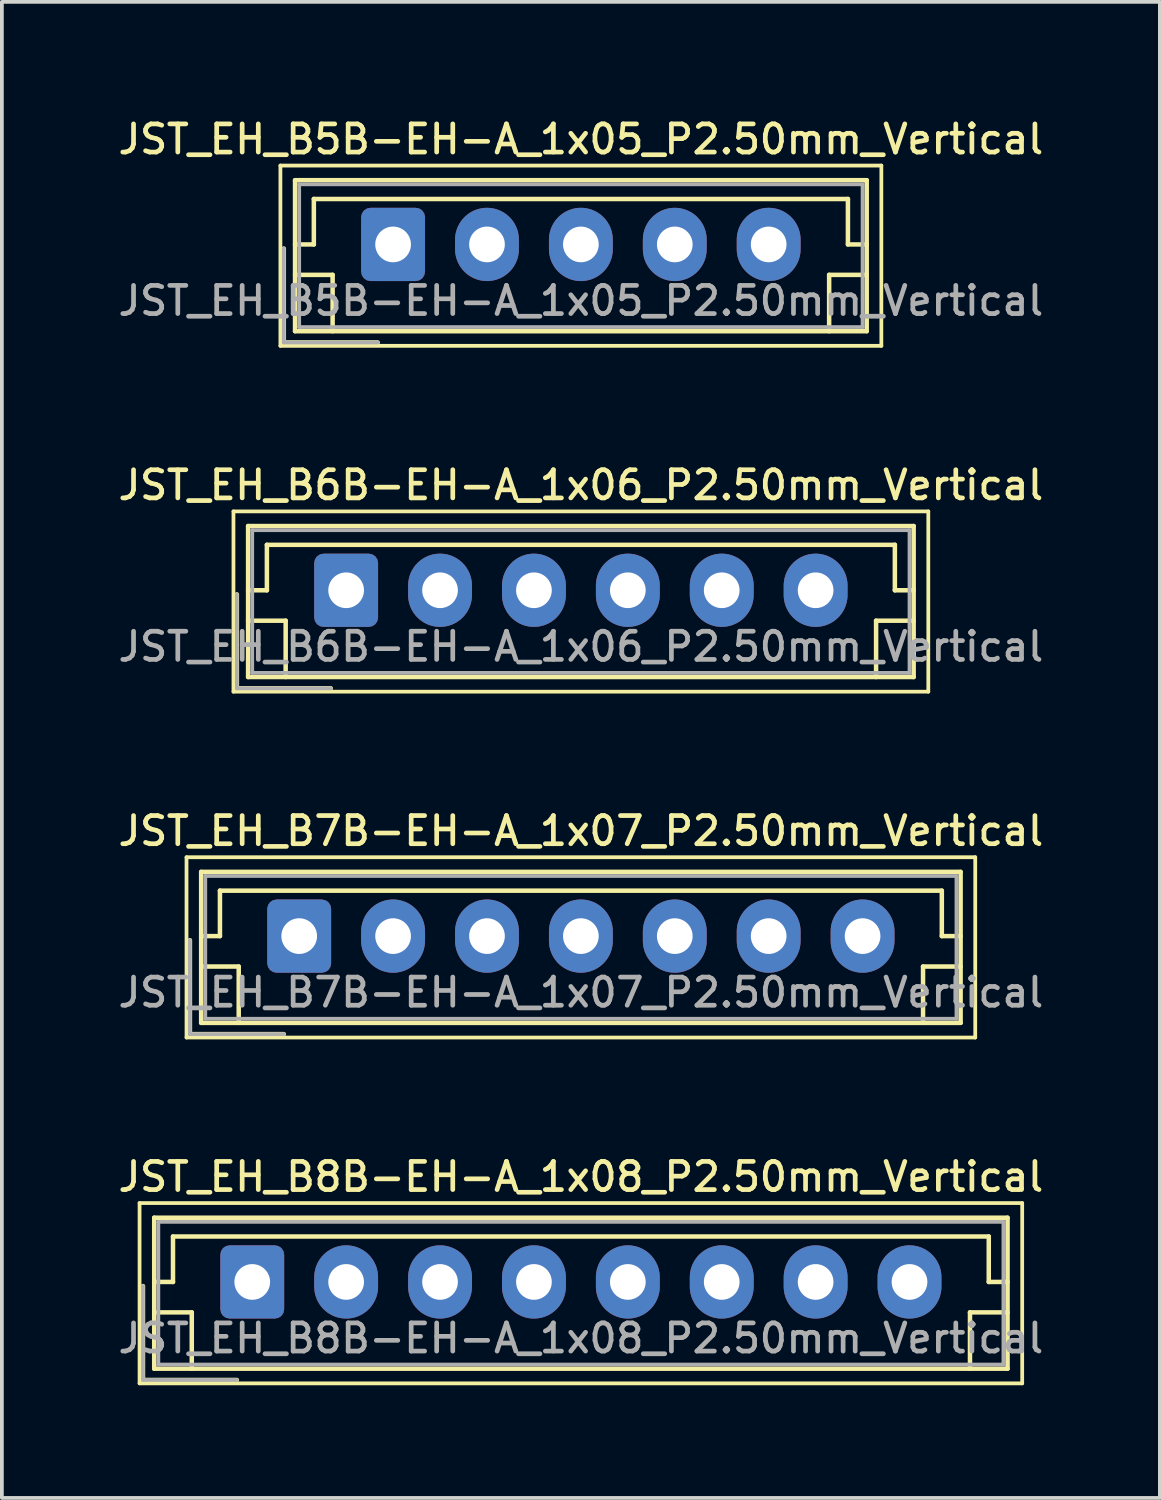
<source format=kicad_pcb>
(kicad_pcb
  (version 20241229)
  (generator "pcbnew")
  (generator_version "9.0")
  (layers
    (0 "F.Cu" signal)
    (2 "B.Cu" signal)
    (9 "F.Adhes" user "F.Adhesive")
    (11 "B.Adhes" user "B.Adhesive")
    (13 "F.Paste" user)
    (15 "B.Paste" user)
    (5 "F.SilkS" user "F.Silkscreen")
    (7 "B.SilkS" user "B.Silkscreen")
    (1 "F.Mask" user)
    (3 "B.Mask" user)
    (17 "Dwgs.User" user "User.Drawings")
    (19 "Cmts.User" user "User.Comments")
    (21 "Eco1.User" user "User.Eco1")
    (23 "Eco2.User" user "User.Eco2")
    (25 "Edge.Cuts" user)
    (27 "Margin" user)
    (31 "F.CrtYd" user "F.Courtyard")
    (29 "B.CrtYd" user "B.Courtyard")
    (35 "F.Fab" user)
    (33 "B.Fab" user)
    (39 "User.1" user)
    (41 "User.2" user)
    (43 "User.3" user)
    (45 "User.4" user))
  (footprint "JST_EH_B8B-EH-A_1x08_P2.50mm_Vertical"
    (layer "F.Cu")
    (at 3.666 31.082)
    (property "Reference" "JST_EH_B8B-EH-A_1x08_P2.50mm_Vertical" (at 8.75 -2.8 0) (layer "F.SilkS") (effects (font (size 0.75 0.75) (thickness 0.125))))
    (attr through_hole)
    (fp_line (start -3 -2.1) (end -3 2.7) (stroke (width 0.1) (type solid)) (layer "F.SilkS"))
    (fp_line (start -3 2.7) (end 20.5 2.7) (stroke (width 0.1) (type solid)) (layer "F.SilkS"))
    (fp_line (start -2.91 0.11) (end -2.91 2.61) (stroke (width 0.12) (type solid)) (layer "F.SilkS"))
    (fp_line (start -2.91 2.61) (end -0.41 2.61) (stroke (width 0.12) (type solid)) (layer "F.SilkS"))
    (fp_line (start -2.61 -1.71) (end -2.61 2.31) (stroke (width 0.12) (type solid)) (layer "F.SilkS"))
    (fp_line (start -2.61 0) (end -2.11 0) (stroke (width 0.12) (type solid)) (layer "F.SilkS"))
    (fp_line (start -2.61 0.81) (end -1.61 0.81) (stroke (width 0.12) (type solid)) (layer "F.SilkS"))
    (fp_line (start -2.61 2.31) (end 20.11 2.31) (stroke (width 0.12) (type solid)) (layer "F.SilkS"))
    (fp_line (start -2.11 -1.21) (end 19.61 -1.21) (stroke (width 0.12) (type solid)) (layer "F.SilkS"))
    (fp_line (start -2.11 0) (end -2.11 -1.21) (stroke (width 0.12) (type solid)) (layer "F.SilkS"))
    (fp_line (start -1.61 0.81) (end -1.61 2.31) (stroke (width 0.12) (type solid)) (layer "F.SilkS"))
    (fp_line (start 19.11 0.81) (end 19.11 2.31) (stroke (width 0.12) (type solid)) (layer "F.SilkS"))
    (fp_line (start 19.61 -1.21) (end 19.61 0) (stroke (width 0.12) (type solid)) (layer "F.SilkS"))
    (fp_line (start 19.61 0) (end 20.11 0) (stroke (width 0.12) (type solid)) (layer "F.SilkS"))
    (fp_line (start 20.11 -1.71) (end -2.61 -1.71) (stroke (width 0.12) (type solid)) (layer "F.SilkS"))
    (fp_line (start 20.11 0.81) (end 19.11 0.81) (stroke (width 0.12) (type solid)) (layer "F.SilkS"))
    (fp_line (start 20.11 2.31) (end 20.11 -1.71) (stroke (width 0.12) (type solid)) (layer "F.SilkS"))
    (fp_line (start 20.5 -2.1) (end -3 -2.1) (stroke (width 0.1) (type solid)) (layer "F.SilkS"))
    (fp_line (start 20.5 2.7) (end 20.5 -2.1) (stroke (width 0.1) (type solid)) (layer "F.SilkS"))
    (fp_line (start -2.91 0.11) (end -2.91 2.61) (stroke (width 0.1) (type solid)) (layer "F.Fab"))
    (fp_line (start -2.91 2.61) (end -0.41 2.61) (stroke (width 0.1) (type solid)) (layer "F.Fab"))
    (fp_line (start -2.5 -1.6) (end -2.5 2.2) (stroke (width 0.1) (type solid)) (layer "F.Fab"))
    (fp_line (start -2.5 2.2) (end 20 2.2) (stroke (width 0.1) (type solid)) (layer "F.Fab"))
    (fp_line (start 20 -1.6) (end -2.5 -1.6) (stroke (width 0.1) (type solid)) (layer "F.Fab"))
    (fp_line (start 20 2.2) (end 20 -1.6) (stroke (width 0.1) (type solid)) (layer "F.Fab"))
    (fp_text user "${REFERENCE}" (at 8.75 1.5 0) (layer "F.Fab") (effects (font (size 0.75 0.75) (thickness 0.125))))
    (pad "1" thru_hole roundrect (at 0 0) (size 1.7 1.95) (drill 0.95) (layers "*.Cu" "*.Mask") (roundrect_rratio 0.147))
    (pad "2" thru_hole oval (at 2.5 0) (size 1.7 1.95) (drill 0.95) (layers "*.Cu" "*.Mask"))
    (pad "3" thru_hole oval (at 5 0) (size 1.7 1.95) (drill 0.95) (layers "*.Cu" "*.Mask"))
    (pad "4" thru_hole oval (at 7.5 0) (size 1.7 1.95) (drill 0.95) (layers "*.Cu" "*.Mask"))
    (pad "5" thru_hole oval (at 10 0) (size 1.7 1.95) (drill 0.95) (layers "*.Cu" "*.Mask"))
    (pad "6" thru_hole oval (at 12.5 0) (size 1.7 1.95) (drill 0.95) (layers "*.Cu" "*.Mask"))
    (pad "7" thru_hole oval (at 15 0) (size 1.7 1.95) (drill 0.95) (layers "*.Cu" "*.Mask"))
    (pad "8" thru_hole oval (at 17.5 0) (size 1.7 1.95) (drill 0.95) (layers "*.Cu" "*.Mask")))
  (footprint "JST_EH_B5B-EH-A_1x05_P2.50mm_Vertical"
    (layer "F.Cu")
    (at 7.416 3.458)
    (property "Reference" "JST_EH_B5B-EH-A_1x05_P2.50mm_Vertical" (at 5 -2.8 0) (layer "F.SilkS") (effects (font (size 0.75 0.75) (thickness 0.125))))
    (attr through_hole)
    (fp_line (start -3 -2.1) (end -3 2.7) (stroke (width 0.1) (type solid)) (layer "F.SilkS"))
    (fp_line (start -3 2.7) (end 13 2.7) (stroke (width 0.1) (type solid)) (layer "F.SilkS"))
    (fp_line (start -2.91 0.11) (end -2.91 2.61) (stroke (width 0.12) (type solid)) (layer "F.SilkS"))
    (fp_line (start -2.91 2.61) (end -0.41 2.61) (stroke (width 0.12) (type solid)) (layer "F.SilkS"))
    (fp_line (start -2.61 -1.71) (end -2.61 2.31) (stroke (width 0.12) (type solid)) (layer "F.SilkS"))
    (fp_line (start -2.61 0) (end -2.11 0) (stroke (width 0.12) (type solid)) (layer "F.SilkS"))
    (fp_line (start -2.61 0.81) (end -1.61 0.81) (stroke (width 0.12) (type solid)) (layer "F.SilkS"))
    (fp_line (start -2.61 2.31) (end 12.61 2.31) (stroke (width 0.12) (type solid)) (layer "F.SilkS"))
    (fp_line (start -2.11 -1.21) (end 12.11 -1.21) (stroke (width 0.12) (type solid)) (layer "F.SilkS"))
    (fp_line (start -2.11 0) (end -2.11 -1.21) (stroke (width 0.12) (type solid)) (layer "F.SilkS"))
    (fp_line (start -1.61 0.81) (end -1.61 2.31) (stroke (width 0.12) (type solid)) (layer "F.SilkS"))
    (fp_line (start 11.61 0.81) (end 11.61 2.31) (stroke (width 0.12) (type solid)) (layer "F.SilkS"))
    (fp_line (start 12.11 -1.21) (end 12.11 0) (stroke (width 0.12) (type solid)) (layer "F.SilkS"))
    (fp_line (start 12.11 0) (end 12.61 0) (stroke (width 0.12) (type solid)) (layer "F.SilkS"))
    (fp_line (start 12.61 -1.71) (end -2.61 -1.71) (stroke (width 0.12) (type solid)) (layer "F.SilkS"))
    (fp_line (start 12.61 0.81) (end 11.61 0.81) (stroke (width 0.12) (type solid)) (layer "F.SilkS"))
    (fp_line (start 12.61 2.31) (end 12.61 -1.71) (stroke (width 0.12) (type solid)) (layer "F.SilkS"))
    (fp_line (start 13 -2.1) (end -3 -2.1) (stroke (width 0.1) (type solid)) (layer "F.SilkS"))
    (fp_line (start 13 2.7) (end 13 -2.1) (stroke (width 0.1) (type solid)) (layer "F.SilkS"))
    (fp_line (start -2.91 0.11) (end -2.91 2.61) (stroke (width 0.1) (type solid)) (layer "F.Fab"))
    (fp_line (start -2.91 2.61) (end -0.41 2.61) (stroke (width 0.1) (type solid)) (layer "F.Fab"))
    (fp_line (start -2.5 -1.6) (end -2.5 2.2) (stroke (width 0.1) (type solid)) (layer "F.Fab"))
    (fp_line (start -2.5 2.2) (end 12.5 2.2) (stroke (width 0.1) (type solid)) (layer "F.Fab"))
    (fp_line (start 12.5 -1.6) (end -2.5 -1.6) (stroke (width 0.1) (type solid)) (layer "F.Fab"))
    (fp_line (start 12.5 2.2) (end 12.5 -1.6) (stroke (width 0.1) (type solid)) (layer "F.Fab"))
    (fp_text user "${REFERENCE}" (at 5 1.5 0) (layer "F.Fab") (effects (font (size 0.75 0.75) (thickness 0.125))))
    (pad "1" thru_hole roundrect (at 0 0) (size 1.7 1.95) (drill 0.95) (layers "*.Cu" "*.Mask") (roundrect_rratio 0.147))
    (pad "2" thru_hole oval (at 2.5 0) (size 1.7 1.95) (drill 0.95) (layers "*.Cu" "*.Mask"))
    (pad "3" thru_hole oval (at 5 0) (size 1.7 1.95) (drill 0.95) (layers "*.Cu" "*.Mask"))
    (pad "4" thru_hole oval (at 7.5 0) (size 1.7 1.95) (drill 0.95) (layers "*.Cu" "*.Mask"))
    (pad "5" thru_hole oval (at 10 0) (size 1.7 1.95) (drill 0.95) (layers "*.Cu" "*.Mask")))
  (footprint "JST_EH_B7B-EH-A_1x07_P2.50mm_Vertical"
    (layer "F.Cu")
    (at 4.916 21.874)
    (property "Reference" "JST_EH_B7B-EH-A_1x07_P2.50mm_Vertical" (at 7.5 -2.8 0) (layer "F.SilkS") (effects (font (size 0.75 0.75) (thickness 0.125))))
    (attr through_hole)
    (fp_line (start -3 -2.1) (end -3 2.7) (stroke (width 0.1) (type solid)) (layer "F.SilkS"))
    (fp_line (start -3 2.7) (end 18 2.7) (stroke (width 0.1) (type solid)) (layer "F.SilkS"))
    (fp_line (start -2.91 0.11) (end -2.91 2.61) (stroke (width 0.12) (type solid)) (layer "F.SilkS"))
    (fp_line (start -2.91 2.61) (end -0.41 2.61) (stroke (width 0.12) (type solid)) (layer "F.SilkS"))
    (fp_line (start -2.61 -1.71) (end -2.61 2.31) (stroke (width 0.12) (type solid)) (layer "F.SilkS"))
    (fp_line (start -2.61 0) (end -2.11 0) (stroke (width 0.12) (type solid)) (layer "F.SilkS"))
    (fp_line (start -2.61 0.81) (end -1.61 0.81) (stroke (width 0.12) (type solid)) (layer "F.SilkS"))
    (fp_line (start -2.61 2.31) (end 17.61 2.31) (stroke (width 0.12) (type solid)) (layer "F.SilkS"))
    (fp_line (start -2.11 -1.21) (end 17.11 -1.21) (stroke (width 0.12) (type solid)) (layer "F.SilkS"))
    (fp_line (start -2.11 0) (end -2.11 -1.21) (stroke (width 0.12) (type solid)) (layer "F.SilkS"))
    (fp_line (start -1.61 0.81) (end -1.61 2.31) (stroke (width 0.12) (type solid)) (layer "F.SilkS"))
    (fp_line (start 16.61 0.81) (end 16.61 2.31) (stroke (width 0.12) (type solid)) (layer "F.SilkS"))
    (fp_line (start 17.11 -1.21) (end 17.11 0) (stroke (width 0.12) (type solid)) (layer "F.SilkS"))
    (fp_line (start 17.11 0) (end 17.61 0) (stroke (width 0.12) (type solid)) (layer "F.SilkS"))
    (fp_line (start 17.61 -1.71) (end -2.61 -1.71) (stroke (width 0.12) (type solid)) (layer "F.SilkS"))
    (fp_line (start 17.61 0.81) (end 16.61 0.81) (stroke (width 0.12) (type solid)) (layer "F.SilkS"))
    (fp_line (start 17.61 2.31) (end 17.61 -1.71) (stroke (width 0.12) (type solid)) (layer "F.SilkS"))
    (fp_line (start 18 -2.1) (end -3 -2.1) (stroke (width 0.1) (type solid)) (layer "F.SilkS"))
    (fp_line (start 18 2.7) (end 18 -2.1) (stroke (width 0.1) (type solid)) (layer "F.SilkS"))
    (fp_line (start -2.91 0.11) (end -2.91 2.61) (stroke (width 0.1) (type solid)) (layer "F.Fab"))
    (fp_line (start -2.91 2.61) (end -0.41 2.61) (stroke (width 0.1) (type solid)) (layer "F.Fab"))
    (fp_line (start -2.5 -1.6) (end -2.5 2.2) (stroke (width 0.1) (type solid)) (layer "F.Fab"))
    (fp_line (start -2.5 2.2) (end 17.5 2.2) (stroke (width 0.1) (type solid)) (layer "F.Fab"))
    (fp_line (start 17.5 -1.6) (end -2.5 -1.6) (stroke (width 0.1) (type solid)) (layer "F.Fab"))
    (fp_line (start 17.5 2.2) (end 17.5 -1.6) (stroke (width 0.1) (type solid)) (layer "F.Fab"))
    (fp_text user "${REFERENCE}" (at 7.5 1.5 0) (layer "F.Fab") (effects (font (size 0.75 0.75) (thickness 0.125))))
    (pad "1" thru_hole roundrect (at 0 0) (size 1.7 1.95) (drill 0.95) (layers "*.Cu" "*.Mask") (roundrect_rratio 0.147))
    (pad "2" thru_hole oval (at 2.5 0) (size 1.7 1.95) (drill 0.95) (layers "*.Cu" "*.Mask"))
    (pad "3" thru_hole oval (at 5 0) (size 1.7 1.95) (drill 0.95) (layers "*.Cu" "*.Mask"))
    (pad "4" thru_hole oval (at 7.5 0) (size 1.7 1.95) (drill 0.95) (layers "*.Cu" "*.Mask"))
    (pad "5" thru_hole oval (at 10 0) (size 1.7 1.95) (drill 0.95) (layers "*.Cu" "*.Mask"))
    (pad "6" thru_hole oval (at 12.5 0) (size 1.7 1.95) (drill 0.95) (layers "*.Cu" "*.Mask"))
    (pad "7" thru_hole oval (at 15 0) (size 1.7 1.95) (drill 0.95) (layers "*.Cu" "*.Mask")))
  (footprint "JST_EH_B6B-EH-A_1x06_P2.50mm_Vertical"
    (layer "F.Cu")
    (at 6.166 12.666)
    (property "Reference" "JST_EH_B6B-EH-A_1x06_P2.50mm_Vertical" (at 6.25 -2.8 0) (layer "F.SilkS") (effects (font (size 0.75 0.75) (thickness 0.125))))
    (attr through_hole)
    (fp_line (start -3 -2.1) (end -3 2.7) (stroke (width 0.1) (type solid)) (layer "F.SilkS"))
    (fp_line (start -3 2.7) (end 15.5 2.7) (stroke (width 0.1) (type solid)) (layer "F.SilkS"))
    (fp_line (start -2.91 0.11) (end -2.91 2.61) (stroke (width 0.12) (type solid)) (layer "F.SilkS"))
    (fp_line (start -2.91 2.61) (end -0.41 2.61) (stroke (width 0.12) (type solid)) (layer "F.SilkS"))
    (fp_line (start -2.61 -1.71) (end -2.61 2.31) (stroke (width 0.12) (type solid)) (layer "F.SilkS"))
    (fp_line (start -2.61 0) (end -2.11 0) (stroke (width 0.12) (type solid)) (layer "F.SilkS"))
    (fp_line (start -2.61 0.81) (end -1.61 0.81) (stroke (width 0.12) (type solid)) (layer "F.SilkS"))
    (fp_line (start -2.61 2.31) (end 15.11 2.31) (stroke (width 0.12) (type solid)) (layer "F.SilkS"))
    (fp_line (start -2.11 -1.21) (end 14.61 -1.21) (stroke (width 0.12) (type solid)) (layer "F.SilkS"))
    (fp_line (start -2.11 0) (end -2.11 -1.21) (stroke (width 0.12) (type solid)) (layer "F.SilkS"))
    (fp_line (start -1.61 0.81) (end -1.61 2.31) (stroke (width 0.12) (type solid)) (layer "F.SilkS"))
    (fp_line (start 14.11 0.81) (end 14.11 2.31) (stroke (width 0.12) (type solid)) (layer "F.SilkS"))
    (fp_line (start 14.61 -1.21) (end 14.61 0) (stroke (width 0.12) (type solid)) (layer "F.SilkS"))
    (fp_line (start 14.61 0) (end 15.11 0) (stroke (width 0.12) (type solid)) (layer "F.SilkS"))
    (fp_line (start 15.11 -1.71) (end -2.61 -1.71) (stroke (width 0.12) (type solid)) (layer "F.SilkS"))
    (fp_line (start 15.11 0.81) (end 14.11 0.81) (stroke (width 0.12) (type solid)) (layer "F.SilkS"))
    (fp_line (start 15.11 2.31) (end 15.11 -1.71) (stroke (width 0.12) (type solid)) (layer "F.SilkS"))
    (fp_line (start 15.5 -2.1) (end -3 -2.1) (stroke (width 0.1) (type solid)) (layer "F.SilkS"))
    (fp_line (start 15.5 2.7) (end 15.5 -2.1) (stroke (width 0.1) (type solid)) (layer "F.SilkS"))
    (fp_line (start -2.91 0.11) (end -2.91 2.61) (stroke (width 0.1) (type solid)) (layer "F.Fab"))
    (fp_line (start -2.91 2.61) (end -0.41 2.61) (stroke (width 0.1) (type solid)) (layer "F.Fab"))
    (fp_line (start -2.5 -1.6) (end -2.5 2.2) (stroke (width 0.1) (type solid)) (layer "F.Fab"))
    (fp_line (start -2.5 2.2) (end 15 2.2) (stroke (width 0.1) (type solid)) (layer "F.Fab"))
    (fp_line (start 15 -1.6) (end -2.5 -1.6) (stroke (width 0.1) (type solid)) (layer "F.Fab"))
    (fp_line (start 15 2.2) (end 15 -1.6) (stroke (width 0.1) (type solid)) (layer "F.Fab"))
    (fp_text user "${REFERENCE}" (at 6.25 1.5 0) (layer "F.Fab") (effects (font (size 0.75 0.75) (thickness 0.125))))
    (pad "1" thru_hole roundrect (at 0 0) (size 1.7 1.95) (drill 0.95) (layers "*.Cu" "*.Mask") (roundrect_rratio 0.147))
    (pad "2" thru_hole oval (at 2.5 0) (size 1.7 1.95) (drill 0.95) (layers "*.Cu" "*.Mask"))
    (pad "3" thru_hole oval (at 5 0) (size 1.7 1.95) (drill 0.95) (layers "*.Cu" "*.Mask"))
    (pad "4" thru_hole oval (at 7.5 0) (size 1.7 1.95) (drill 0.95) (layers "*.Cu" "*.Mask"))
    (pad "5" thru_hole oval (at 10 0) (size 1.7 1.95) (drill 0.95) (layers "*.Cu" "*.Mask"))
    (pad "6" thru_hole oval (at 12.5 0) (size 1.7 1.95) (drill 0.95) (layers "*.Cu" "*.Mask")))
  (gr_rect
    (start -3 -3)
    (end 27.832 36.833)
    (stroke (width 0.1) (type default))
    (fill no)
    (layer "Edge.Cuts")))
</source>
